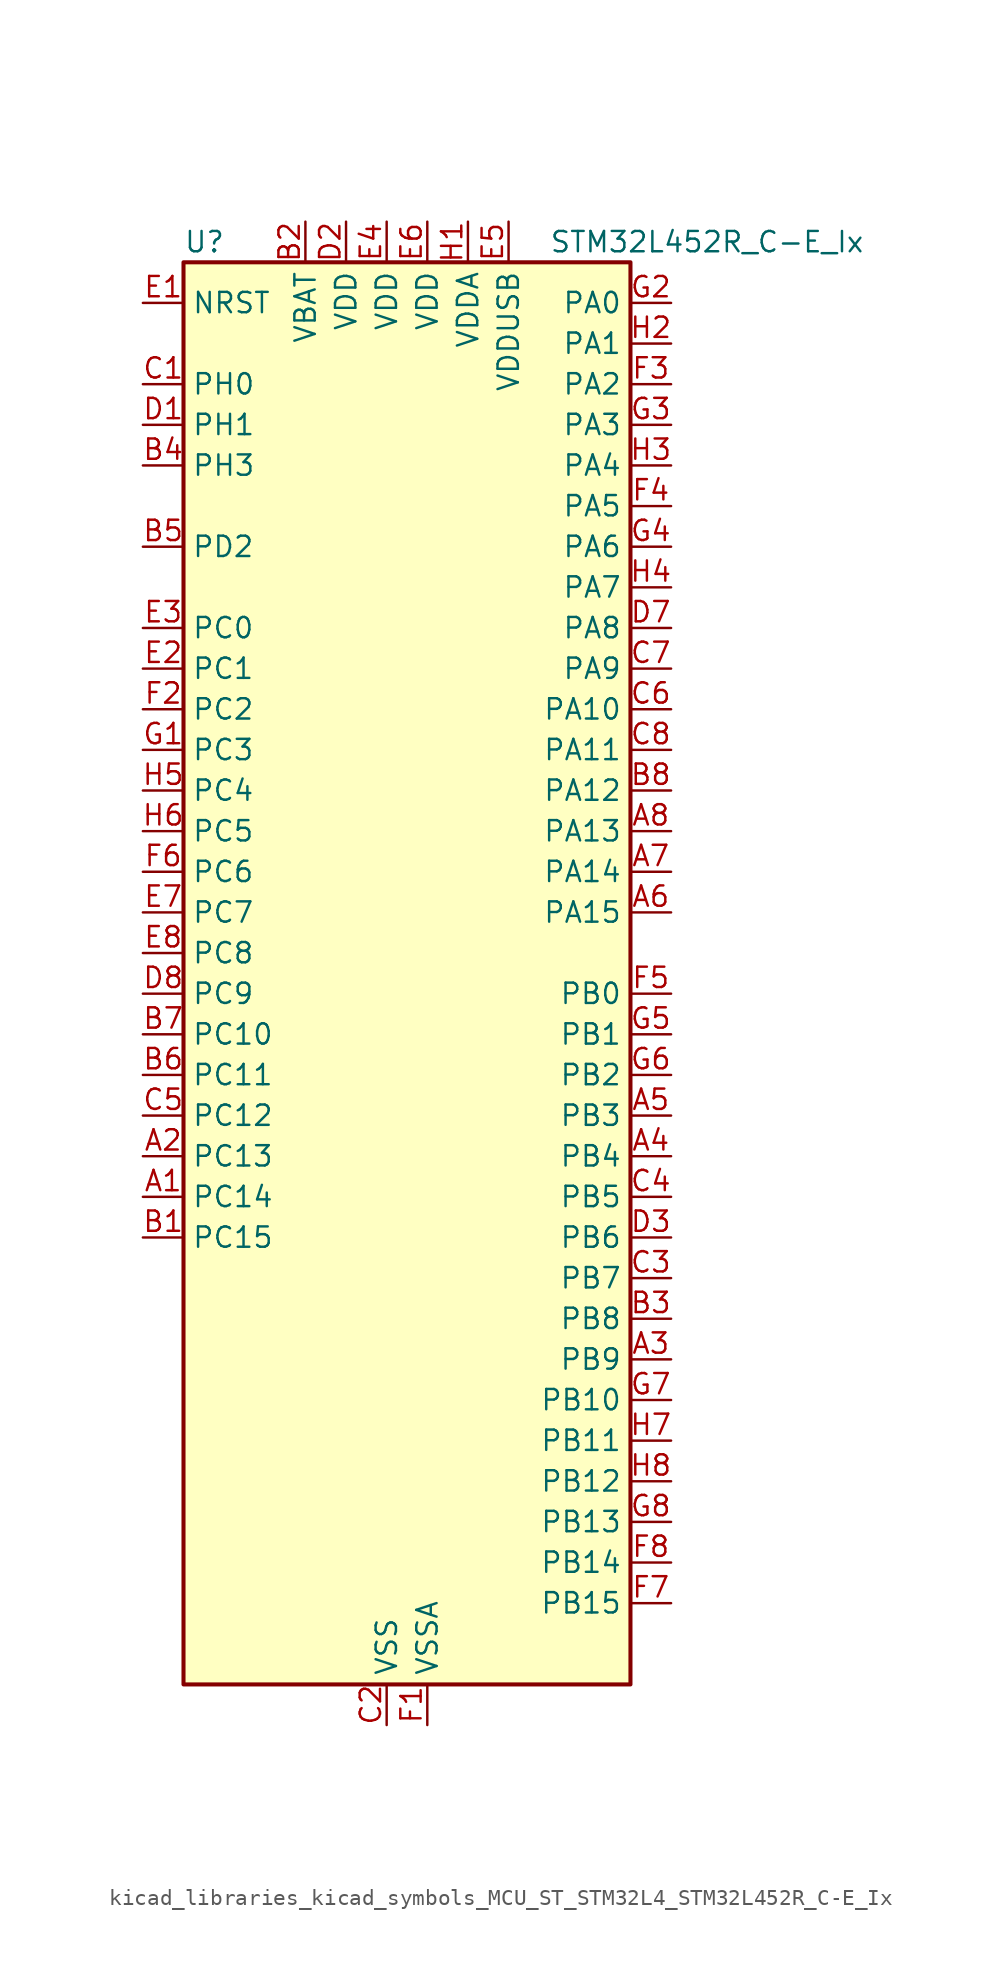
<source format=kicad_sym>
(kicad_symbol_lib
  (version 20220914)
  (generator kicad_symbol_editor)
  (symbol "kicad_libraries_kicad_symbols_MCU_ST_STM32L4_STM32L452R_C-E_Ix"
    (property "Reference" "U"
      (at -12.7 46.99 0)
      (effects (font (size 1.27 1.27)) (justify left)))
    (property "Value" "STM32L452R_C-E_Ix"
      (at 10.16 46.99 0)
      (effects (font (size 1.27 1.27)) (justify left)))
    (property "ki_locked" ""
      (at 0 0 0)
      (effects (font (size 1.27 1.27))))
    (symbol "kicad_libraries_kicad_symbols_MCU_ST_STM32L4_STM32L452R_C-E_Ix_0_1"
      (rectangle (start -12.7 -43.18) (end 15.24 45.72) (stroke (width 0.254) (type default)) (fill (type background))))
    (symbol "kicad_libraries_kicad_symbols_MCU_ST_STM32L4_STM32L452R_C-E_Ix_1_1"
      (pin bidirectional line (at -15.24 -12.7 0) (length 2.54) (name "PC14" (effects (font (size 1.27 1.27)))) (number "A1" (effects (font (size 1.27 1.27)))) (alternate "RCC_OSC32_IN" bidirectional line))
      (pin bidirectional line (at -15.24 -10.16 0) (length 2.54) (name "PC13" (effects (font (size 1.27 1.27)))) (number "A2" (effects (font (size 1.27 1.27)))) (alternate "RTC_OUT_ALARM" bidirectional line) (alternate "RTC_OUT_CALIB" bidirectional line) (alternate "RTC_TAMP1" bidirectional line) (alternate "RTC_TS" bidirectional line) (alternate "SYS_WKUP2" bidirectional line))
      (pin bidirectional line (at 17.78 -22.86 180) (length 2.54) (name "PB9" (effects (font (size 1.27 1.27)))) (number "A3" (effects (font (size 1.27 1.27)))) (alternate "CAN1_TX" bidirectional line) (alternate "DAC1_EXTI9" bidirectional line) (alternate "I2C1_SDA" bidirectional line) (alternate "IR_OUT" bidirectional line) (alternate "SAI1_FS_A" bidirectional line) (alternate "SDMMC1_D5" bidirectional line) (alternate "SPI2_NSS" bidirectional line))
      (pin bidirectional line (at 17.78 -10.16 180) (length 2.54) (name "PB4" (effects (font (size 1.27 1.27)))) (number "A4" (effects (font (size 1.27 1.27)))) (alternate "COMP2_INP" bidirectional line) (alternate "I2C3_SDA" bidirectional line) (alternate "SAI1_MCLK_B" bidirectional line) (alternate "SPI1_MISO" bidirectional line) (alternate "SPI3_MISO" bidirectional line) (alternate "SYS_JTRST" bidirectional line) (alternate "TIM3_CH1" bidirectional line) (alternate "TSC_G2_IO1" bidirectional line) (alternate "USART1_CTS" bidirectional line))
      (pin bidirectional line (at 17.78 -7.62 180) (length 2.54) (name "PB3" (effects (font (size 1.27 1.27)))) (number "A5" (effects (font (size 1.27 1.27)))) (alternate "COMP2_INM" bidirectional line) (alternate "SAI1_SCK_B" bidirectional line) (alternate "SPI1_SCK" bidirectional line) (alternate "SPI3_SCK" bidirectional line) (alternate "SYS_JTDO-SWO" bidirectional line) (alternate "TIM2_CH2" bidirectional line) (alternate "USART1_DE" bidirectional line) (alternate "USART1_RTS" bidirectional line))
      (pin bidirectional line (at 17.78 5.08 180) (length 2.54) (name "PA15" (effects (font (size 1.27 1.27)))) (number "A6" (effects (font (size 1.27 1.27)))) (alternate "ADC1_EXTI15" bidirectional line) (alternate "SPI1_NSS" bidirectional line) (alternate "SPI3_NSS" bidirectional line) (alternate "SYS_JTDI" bidirectional line) (alternate "TIM2_CH1" bidirectional line) (alternate "TIM2_ETR" bidirectional line) (alternate "TSC_G3_IO1" bidirectional line) (alternate "UART4_DE" bidirectional line) (alternate "UART4_RTS" bidirectional line) (alternate "USART2_RX" bidirectional line) (alternate "USART3_DE" bidirectional line) (alternate "USART3_RTS" bidirectional line))
      (pin bidirectional line (at 17.78 7.62 180) (length 2.54) (name "PA14" (effects (font (size 1.27 1.27)))) (number "A7" (effects (font (size 1.27 1.27)))) (alternate "I2C1_SMBA" bidirectional line) (alternate "I2C4_SMBA" bidirectional line) (alternate "LPTIM1_OUT" bidirectional line) (alternate "SAI1_FS_B" bidirectional line) (alternate "SYS_JTCK-SWCLK" bidirectional line))
      (pin bidirectional line (at 17.78 10.16 180) (length 2.54) (name "PA13" (effects (font (size 1.27 1.27)))) (number "A8" (effects (font (size 1.27 1.27)))) (alternate "IR_OUT" bidirectional line) (alternate "SAI1_SD_B" bidirectional line) (alternate "SYS_JTMS-SWDIO" bidirectional line) (alternate "USB_NOE" bidirectional line))
      (pin bidirectional line (at -15.24 -15.24 0) (length 2.54) (name "PC15" (effects (font (size 1.27 1.27)))) (number "B1" (effects (font (size 1.27 1.27)))) (alternate "ADC1_EXTI15" bidirectional line) (alternate "RCC_OSC32_OUT" bidirectional line))
      (pin power_in line (at -5.08 48.26 270) (length 2.54) (name "VBAT" (effects (font (size 1.27 1.27)))) (number "B2" (effects (font (size 1.27 1.27)))))
      (pin bidirectional line (at 17.78 -20.32 180) (length 2.54) (name "PB8" (effects (font (size 1.27 1.27)))) (number "B3" (effects (font (size 1.27 1.27)))) (alternate "CAN1_RX" bidirectional line) (alternate "I2C1_SCL" bidirectional line) (alternate "SAI1_MCLK_A" bidirectional line) (alternate "SDMMC1_D4" bidirectional line) (alternate "TIM16_CH1" bidirectional line))
      (pin bidirectional line (at -15.24 33.02 0) (length 2.54) (name "PH3" (effects (font (size 1.27 1.27)))) (number "B4" (effects (font (size 1.27 1.27)))))
      (pin bidirectional line (at -15.24 27.94 0) (length 2.54) (name "PD2" (effects (font (size 1.27 1.27)))) (number "B5" (effects (font (size 1.27 1.27)))) (alternate "SDMMC1_CMD" bidirectional line) (alternate "SYS_TRACED2" bidirectional line) (alternate "TIM3_ETR" bidirectional line) (alternate "TSC_SYNC" bidirectional line) (alternate "USART3_DE" bidirectional line) (alternate "USART3_RTS" bidirectional line))
      (pin bidirectional line (at -15.24 -5.08 0) (length 2.54) (name "PC11" (effects (font (size 1.27 1.27)))) (number "B6" (effects (font (size 1.27 1.27)))) (alternate "ADC1_EXTI11" bidirectional line) (alternate "SDMMC1_D3" bidirectional line) (alternate "SPI3_MISO" bidirectional line) (alternate "TSC_G3_IO3" bidirectional line) (alternate "UART4_RX" bidirectional line) (alternate "USART3_RX" bidirectional line))
      (pin bidirectional line (at -15.24 -2.54 0) (length 2.54) (name "PC10" (effects (font (size 1.27 1.27)))) (number "B7" (effects (font (size 1.27 1.27)))) (alternate "SDMMC1_D2" bidirectional line) (alternate "SPI3_SCK" bidirectional line) (alternate "SYS_TRACED1" bidirectional line) (alternate "TSC_G3_IO2" bidirectional line) (alternate "UART4_TX" bidirectional line) (alternate "USART3_TX" bidirectional line))
      (pin bidirectional line (at 17.78 12.7 180) (length 2.54) (name "PA12" (effects (font (size 1.27 1.27)))) (number "B8" (effects (font (size 1.27 1.27)))) (alternate "CAN1_TX" bidirectional line) (alternate "SPI1_MOSI" bidirectional line) (alternate "TIM1_ETR" bidirectional line) (alternate "USART1_DE" bidirectional line) (alternate "USART1_RTS" bidirectional line) (alternate "USB_DP" bidirectional line))
      (pin bidirectional line (at -15.24 38.1 0) (length 2.54) (name "PH0" (effects (font (size 1.27 1.27)))) (number "C1" (effects (font (size 1.27 1.27)))) (alternate "RCC_OSC_IN" bidirectional line))
      (pin power_in line (at 0 -45.72 90) (length 2.54) (name "VSS" (effects (font (size 1.27 1.27)))) (number "C2" (effects (font (size 1.27 1.27)))))
      (pin bidirectional line (at 17.78 -17.78 180) (length 2.54) (name "PB7" (effects (font (size 1.27 1.27)))) (number "C3" (effects (font (size 1.27 1.27)))) (alternate "COMP2_INM" bidirectional line) (alternate "I2C1_SDA" bidirectional line) (alternate "I2C4_SDA" bidirectional line) (alternate "LPTIM1_IN2" bidirectional line) (alternate "SYS_PVD_IN" bidirectional line) (alternate "TSC_G2_IO4" bidirectional line) (alternate "UART4_CTS" bidirectional line) (alternate "USART1_RX" bidirectional line))
      (pin bidirectional line (at 17.78 -12.7 180) (length 2.54) (name "PB5" (effects (font (size 1.27 1.27)))) (number "C4" (effects (font (size 1.27 1.27)))) (alternate "CAN1_RX" bidirectional line) (alternate "COMP2_OUT" bidirectional line) (alternate "I2C1_SMBA" bidirectional line) (alternate "LPTIM1_IN1" bidirectional line) (alternate "SAI1_SD_B" bidirectional line) (alternate "SPI1_MOSI" bidirectional line) (alternate "SPI3_MOSI" bidirectional line) (alternate "TIM16_BKIN" bidirectional line) (alternate "TIM3_CH2" bidirectional line) (alternate "TSC_G2_IO2" bidirectional line) (alternate "USART1_CK" bidirectional line))
      (pin bidirectional line (at -15.24 -7.62 0) (length 2.54) (name "PC12" (effects (font (size 1.27 1.27)))) (number "C5" (effects (font (size 1.27 1.27)))) (alternate "SDMMC1_CK" bidirectional line) (alternate "SPI3_MOSI" bidirectional line) (alternate "SYS_TRACED3" bidirectional line) (alternate "TSC_G3_IO4" bidirectional line) (alternate "USART3_CK" bidirectional line))
      (pin bidirectional line (at 17.78 17.78 180) (length 2.54) (name "PA10" (effects (font (size 1.27 1.27)))) (number "C6" (effects (font (size 1.27 1.27)))) (alternate "CRS_SYNC" bidirectional line) (alternate "I2C1_SDA" bidirectional line) (alternate "SAI1_SD_A" bidirectional line) (alternate "TIM1_CH3" bidirectional line) (alternate "USART1_RX" bidirectional line))
      (pin bidirectional line (at 17.78 20.32 180) (length 2.54) (name "PA9" (effects (font (size 1.27 1.27)))) (number "C7" (effects (font (size 1.27 1.27)))) (alternate "DAC1_EXTI9" bidirectional line) (alternate "DFSDM1_DATIN1" bidirectional line) (alternate "I2C1_SCL" bidirectional line) (alternate "SAI1_FS_A" bidirectional line) (alternate "TIM15_BKIN" bidirectional line) (alternate "TIM1_CH2" bidirectional line) (alternate "USART1_TX" bidirectional line))
      (pin bidirectional line (at 17.78 15.24 180) (length 2.54) (name "PA11" (effects (font (size 1.27 1.27)))) (number "C8" (effects (font (size 1.27 1.27)))) (alternate "ADC1_EXTI11" bidirectional line) (alternate "CAN1_RX" bidirectional line) (alternate "COMP1_OUT" bidirectional line) (alternate "SPI1_MISO" bidirectional line) (alternate "TIM1_BKIN2" bidirectional line) (alternate "TIM1_BKIN2_COMP1" bidirectional line) (alternate "TIM1_CH4" bidirectional line) (alternate "USART1_CTS" bidirectional line) (alternate "USB_DM" bidirectional line))
      (pin bidirectional line (at -15.24 35.56 0) (length 2.54) (name "PH1" (effects (font (size 1.27 1.27)))) (number "D1" (effects (font (size 1.27 1.27)))) (alternate "RCC_OSC_OUT" bidirectional line))
      (pin power_in line (at -2.54 48.26 270) (length 2.54) (name "VDD" (effects (font (size 1.27 1.27)))) (number "D2" (effects (font (size 1.27 1.27)))))
      (pin bidirectional line (at 17.78 -15.24 180) (length 2.54) (name "PB6" (effects (font (size 1.27 1.27)))) (number "D3" (effects (font (size 1.27 1.27)))) (alternate "CAN1_TX" bidirectional line) (alternate "COMP2_INP" bidirectional line) (alternate "I2C1_SCL" bidirectional line) (alternate "I2C4_SCL" bidirectional line) (alternate "LPTIM1_ETR" bidirectional line) (alternate "SAI1_FS_B" bidirectional line) (alternate "TIM16_CH1N" bidirectional line) (alternate "TSC_G2_IO3" bidirectional line) (alternate "USART1_TX" bidirectional line))
      (pin passive line (at 0 -45.72 90) (length 2.54) hide (name "VSS" (effects (font (size 1.27 1.27)))) (number "D4" (effects (font (size 1.27 1.27)))))
      (pin passive line (at 0 -45.72 90) (length 2.54) hide (name "VSS" (effects (font (size 1.27 1.27)))) (number "D5" (effects (font (size 1.27 1.27)))))
      (pin passive line (at 0 -45.72 90) (length 2.54) hide (name "VSS" (effects (font (size 1.27 1.27)))) (number "D6" (effects (font (size 1.27 1.27)))))
      (pin bidirectional line (at 17.78 22.86 180) (length 2.54) (name "PA8" (effects (font (size 1.27 1.27)))) (number "D7" (effects (font (size 1.27 1.27)))) (alternate "DFSDM1_CKIN1" bidirectional line) (alternate "LPTIM2_OUT" bidirectional line) (alternate "RCC_MCO" bidirectional line) (alternate "SAI1_SCK_A" bidirectional line) (alternate "TIM1_CH1" bidirectional line) (alternate "USART1_CK" bidirectional line))
      (pin bidirectional line (at -15.24 0 0) (length 2.54) (name "PC9" (effects (font (size 1.27 1.27)))) (number "D8" (effects (font (size 1.27 1.27)))) (alternate "DAC1_EXTI9" bidirectional line) (alternate "SDMMC1_D1" bidirectional line) (alternate "TIM3_CH4" bidirectional line) (alternate "TSC_G4_IO4" bidirectional line) (alternate "USB_NOE" bidirectional line))
      (pin input line (at -15.24 43.18 0) (length 2.54) (name "NRST" (effects (font (size 1.27 1.27)))) (number "E1" (effects (font (size 1.27 1.27)))))
      (pin bidirectional line (at -15.24 20.32 0) (length 2.54) (name "PC1" (effects (font (size 1.27 1.27)))) (number "E2" (effects (font (size 1.27 1.27)))) (alternate "ADC1_IN2" bidirectional line) (alternate "I2C3_SDA" bidirectional line) (alternate "I2C4_SDA" bidirectional line) (alternate "LPTIM1_OUT" bidirectional line) (alternate "LPUART1_TX" bidirectional line) (alternate "SYS_TRACED0" bidirectional line))
      (pin bidirectional line (at -15.24 22.86 0) (length 2.54) (name "PC0" (effects (font (size 1.27 1.27)))) (number "E3" (effects (font (size 1.27 1.27)))) (alternate "ADC1_IN1" bidirectional line) (alternate "I2C3_SCL" bidirectional line) (alternate "I2C4_SCL" bidirectional line) (alternate "LPTIM1_IN1" bidirectional line) (alternate "LPTIM2_IN1" bidirectional line) (alternate "LPUART1_RX" bidirectional line))
      (pin power_in line (at 0 48.26 270) (length 2.54) (name "VDD" (effects (font (size 1.27 1.27)))) (number "E4" (effects (font (size 1.27 1.27)))))
      (pin power_in line (at 7.62 48.26 270) (length 2.54) (name "VDDUSB" (effects (font (size 1.27 1.27)))) (number "E5" (effects (font (size 1.27 1.27)))))
      (pin power_in line (at 2.54 48.26 270) (length 2.54) (name "VDD" (effects (font (size 1.27 1.27)))) (number "E6" (effects (font (size 1.27 1.27)))))
      (pin bidirectional line (at -15.24 5.08 0) (length 2.54) (name "PC7" (effects (font (size 1.27 1.27)))) (number "E7" (effects (font (size 1.27 1.27)))) (alternate "DFSDM1_DATIN3" bidirectional line) (alternate "SDMMC1_D7" bidirectional line) (alternate "TIM3_CH2" bidirectional line) (alternate "TSC_G4_IO2" bidirectional line))
      (pin bidirectional line (at -15.24 2.54 0) (length 2.54) (name "PC8" (effects (font (size 1.27 1.27)))) (number "E8" (effects (font (size 1.27 1.27)))) (alternate "SDMMC1_D0" bidirectional line) (alternate "TIM3_CH3" bidirectional line) (alternate "TSC_G4_IO3" bidirectional line))
      (pin power_in line (at 2.54 -45.72 90) (length 2.54) (name "VSSA" (effects (font (size 1.27 1.27)))) (number "F1" (effects (font (size 1.27 1.27)))))
      (pin bidirectional line (at -15.24 17.78 0) (length 2.54) (name "PC2" (effects (font (size 1.27 1.27)))) (number "F2" (effects (font (size 1.27 1.27)))) (alternate "ADC1_IN3" bidirectional line) (alternate "DFSDM1_CKOUT" bidirectional line) (alternate "LPTIM1_IN2" bidirectional line) (alternate "SPI2_MISO" bidirectional line))
      (pin bidirectional line (at 17.78 38.1 180) (length 2.54) (name "PA2" (effects (font (size 1.27 1.27)))) (number "F3" (effects (font (size 1.27 1.27)))) (alternate "ADC1_IN7" bidirectional line) (alternate "COMP2_INM" bidirectional line) (alternate "COMP2_OUT" bidirectional line) (alternate "LPUART1_TX" bidirectional line) (alternate "QUADSPI_BK1_NCS" bidirectional line) (alternate "RCC_LSCO" bidirectional line) (alternate "SYS_WKUP4" bidirectional line) (alternate "TIM15_CH1" bidirectional line) (alternate "TIM2_CH3" bidirectional line) (alternate "USART2_TX" bidirectional line))
      (pin bidirectional line (at 17.78 30.48 180) (length 2.54) (name "PA5" (effects (font (size 1.27 1.27)))) (number "F4" (effects (font (size 1.27 1.27)))) (alternate "ADC1_IN10" bidirectional line) (alternate "COMP1_INM" bidirectional line) (alternate "COMP2_INM" bidirectional line) (alternate "DFSDM1_CKOUT" bidirectional line) (alternate "LPTIM2_ETR" bidirectional line) (alternate "SPI1_SCK" bidirectional line) (alternate "TIM2_CH1" bidirectional line) (alternate "TIM2_ETR" bidirectional line))
      (pin bidirectional line (at 17.78 0 180) (length 2.54) (name "PB0" (effects (font (size 1.27 1.27)))) (number "F5" (effects (font (size 1.27 1.27)))) (alternate "ADC1_IN15" bidirectional line) (alternate "COMP1_OUT" bidirectional line) (alternate "DFSDM1_CKIN0" bidirectional line) (alternate "QUADSPI_BK1_IO1" bidirectional line) (alternate "SAI1_EXTCLK" bidirectional line) (alternate "SPI1_NSS" bidirectional line) (alternate "TIM1_CH2N" bidirectional line) (alternate "TIM3_CH3" bidirectional line) (alternate "USART3_CK" bidirectional line))
      (pin bidirectional line (at -15.24 7.62 0) (length 2.54) (name "PC6" (effects (font (size 1.27 1.27)))) (number "F6" (effects (font (size 1.27 1.27)))) (alternate "DFSDM1_CKIN3" bidirectional line) (alternate "SDMMC1_D6" bidirectional line) (alternate "TIM3_CH1" bidirectional line) (alternate "TSC_G4_IO1" bidirectional line))
      (pin bidirectional line (at 17.78 -38.1 180) (length 2.54) (name "PB15" (effects (font (size 1.27 1.27)))) (number "F7" (effects (font (size 1.27 1.27)))) (alternate "ADC1_EXTI15" bidirectional line) (alternate "DFSDM1_CKIN2" bidirectional line) (alternate "RTC_REFIN" bidirectional line) (alternate "SAI1_SD_A" bidirectional line) (alternate "SPI2_MOSI" bidirectional line) (alternate "TIM15_CH2" bidirectional line) (alternate "TIM1_CH3N" bidirectional line) (alternate "TSC_G1_IO4" bidirectional line))
      (pin bidirectional line (at 17.78 -35.56 180) (length 2.54) (name "PB14" (effects (font (size 1.27 1.27)))) (number "F8" (effects (font (size 1.27 1.27)))) (alternate "DFSDM1_DATIN2" bidirectional line) (alternate "I2C2_SDA" bidirectional line) (alternate "SAI1_MCLK_A" bidirectional line) (alternate "SPI2_MISO" bidirectional line) (alternate "TIM15_CH1" bidirectional line) (alternate "TIM1_CH2N" bidirectional line) (alternate "TSC_G1_IO3" bidirectional line) (alternate "USART3_DE" bidirectional line) (alternate "USART3_RTS" bidirectional line))
      (pin bidirectional line (at -15.24 15.24 0) (length 2.54) (name "PC3" (effects (font (size 1.27 1.27)))) (number "G1" (effects (font (size 1.27 1.27)))) (alternate "ADC1_IN4" bidirectional line) (alternate "LPTIM1_ETR" bidirectional line) (alternate "LPTIM2_ETR" bidirectional line) (alternate "SAI1_SD_A" bidirectional line) (alternate "SPI2_MOSI" bidirectional line))
      (pin bidirectional line (at 17.78 43.18 180) (length 2.54) (name "PA0" (effects (font (size 1.27 1.27)))) (number "G2" (effects (font (size 1.27 1.27)))) (alternate "ADC1_IN5" bidirectional line) (alternate "COMP1_INM" bidirectional line) (alternate "COMP1_OUT" bidirectional line) (alternate "OPAMP1_VINP" bidirectional line) (alternate "RTC_TAMP2" bidirectional line) (alternate "SAI1_EXTCLK" bidirectional line) (alternate "SYS_WKUP1" bidirectional line) (alternate "TIM2_CH1" bidirectional line) (alternate "TIM2_ETR" bidirectional line) (alternate "UART4_TX" bidirectional line) (alternate "USART2_CTS" bidirectional line))
      (pin bidirectional line (at 17.78 35.56 180) (length 2.54) (name "PA3" (effects (font (size 1.27 1.27)))) (number "G3" (effects (font (size 1.27 1.27)))) (alternate "ADC1_IN8" bidirectional line) (alternate "COMP2_INP" bidirectional line) (alternate "LPUART1_RX" bidirectional line) (alternate "OPAMP1_VOUT" bidirectional line) (alternate "QUADSPI_CLK" bidirectional line) (alternate "SAI1_MCLK_A" bidirectional line) (alternate "TIM15_CH2" bidirectional line) (alternate "TIM2_CH4" bidirectional line) (alternate "USART2_RX" bidirectional line))
      (pin bidirectional line (at 17.78 27.94 180) (length 2.54) (name "PA6" (effects (font (size 1.27 1.27)))) (number "G4" (effects (font (size 1.27 1.27)))) (alternate "ADC1_IN11" bidirectional line) (alternate "COMP1_OUT" bidirectional line) (alternate "LPUART1_CTS" bidirectional line) (alternate "QUADSPI_BK1_IO3" bidirectional line) (alternate "SPI1_MISO" bidirectional line) (alternate "TIM16_CH1" bidirectional line) (alternate "TIM1_BKIN" bidirectional line) (alternate "TIM1_BKIN_COMP2" bidirectional line) (alternate "TIM3_CH1" bidirectional line) (alternate "USART3_CTS" bidirectional line))
      (pin bidirectional line (at 17.78 -2.54 180) (length 2.54) (name "PB1" (effects (font (size 1.27 1.27)))) (number "G5" (effects (font (size 1.27 1.27)))) (alternate "ADC1_IN16" bidirectional line) (alternate "COMP1_INM" bidirectional line) (alternate "DFSDM1_DATIN0" bidirectional line) (alternate "LPTIM2_IN1" bidirectional line) (alternate "LPUART1_DE" bidirectional line) (alternate "LPUART1_RTS" bidirectional line) (alternate "QUADSPI_BK1_IO0" bidirectional line) (alternate "TIM1_CH3N" bidirectional line) (alternate "TIM3_CH4" bidirectional line) (alternate "USART3_DE" bidirectional line) (alternate "USART3_RTS" bidirectional line))
      (pin bidirectional line (at 17.78 -5.08 180) (length 2.54) (name "PB2" (effects (font (size 1.27 1.27)))) (number "G6" (effects (font (size 1.27 1.27)))) (alternate "COMP1_INP" bidirectional line) (alternate "DFSDM1_CKIN0" bidirectional line) (alternate "I2C3_SMBA" bidirectional line) (alternate "LPTIM1_OUT" bidirectional line) (alternate "RTC_OUT_ALARM" bidirectional line) (alternate "RTC_OUT_CALIB" bidirectional line))
      (pin bidirectional line (at 17.78 -25.4 180) (length 2.54) (name "PB10" (effects (font (size 1.27 1.27)))) (number "G7" (effects (font (size 1.27 1.27)))) (alternate "COMP1_OUT" bidirectional line) (alternate "I2C2_SCL" bidirectional line) (alternate "I2C4_SCL" bidirectional line) (alternate "LPUART1_RX" bidirectional line) (alternate "QUADSPI_CLK" bidirectional line) (alternate "SAI1_SCK_A" bidirectional line) (alternate "SPI2_SCK" bidirectional line) (alternate "TIM2_CH3" bidirectional line) (alternate "TSC_SYNC" bidirectional line) (alternate "USART3_TX" bidirectional line))
      (pin bidirectional line (at 17.78 -33.02 180) (length 2.54) (name "PB13" (effects (font (size 1.27 1.27)))) (number "G8" (effects (font (size 1.27 1.27)))) (alternate "CAN1_TX" bidirectional line) (alternate "DFSDM1_CKIN1" bidirectional line) (alternate "I2C2_SCL" bidirectional line) (alternate "LPUART1_CTS" bidirectional line) (alternate "SAI1_SCK_A" bidirectional line) (alternate "SPI2_SCK" bidirectional line) (alternate "TIM15_CH1N" bidirectional line) (alternate "TIM1_CH1N" bidirectional line) (alternate "TSC_G1_IO2" bidirectional line) (alternate "USART3_CTS" bidirectional line))
      (pin power_in line (at 5.08 48.26 270) (length 2.54) (name "VDDA" (effects (font (size 1.27 1.27)))) (number "H1" (effects (font (size 1.27 1.27)))))
      (pin bidirectional line (at 17.78 40.64 180) (length 2.54) (name "PA1" (effects (font (size 1.27 1.27)))) (number "H2" (effects (font (size 1.27 1.27)))) (alternate "ADC1_IN6" bidirectional line) (alternate "COMP1_INP" bidirectional line) (alternate "I2C1_SMBA" bidirectional line) (alternate "OPAMP1_VINM" bidirectional line) (alternate "SPI1_SCK" bidirectional line) (alternate "TIM15_CH1N" bidirectional line) (alternate "TIM2_CH2" bidirectional line) (alternate "UART4_RX" bidirectional line) (alternate "USART2_DE" bidirectional line) (alternate "USART2_RTS" bidirectional line))
      (pin bidirectional line (at 17.78 33.02 180) (length 2.54) (name "PA4" (effects (font (size 1.27 1.27)))) (number "H3" (effects (font (size 1.27 1.27)))) (alternate "ADC1_IN9" bidirectional line) (alternate "COMP1_INM" bidirectional line) (alternate "COMP2_INM" bidirectional line) (alternate "DAC1_OUT1" bidirectional line) (alternate "LPTIM2_OUT" bidirectional line) (alternate "SAI1_FS_B" bidirectional line) (alternate "SPI1_NSS" bidirectional line) (alternate "SPI3_NSS" bidirectional line) (alternate "USART2_CK" bidirectional line))
      (pin bidirectional line (at 17.78 25.4 180) (length 2.54) (name "PA7" (effects (font (size 1.27 1.27)))) (number "H4" (effects (font (size 1.27 1.27)))) (alternate "ADC1_IN12" bidirectional line) (alternate "COMP2_OUT" bidirectional line) (alternate "DFSDM1_DATIN0" bidirectional line) (alternate "I2C3_SCL" bidirectional line) (alternate "QUADSPI_BK1_IO2" bidirectional line) (alternate "SPI1_MOSI" bidirectional line) (alternate "TIM1_CH1N" bidirectional line) (alternate "TIM3_CH2" bidirectional line))
      (pin bidirectional line (at -15.24 12.7 0) (length 2.54) (name "PC4" (effects (font (size 1.27 1.27)))) (number "H5" (effects (font (size 1.27 1.27)))) (alternate "ADC1_IN13" bidirectional line) (alternate "COMP1_INM" bidirectional line) (alternate "USART3_TX" bidirectional line))
      (pin bidirectional line (at -15.24 10.16 0) (length 2.54) (name "PC5" (effects (font (size 1.27 1.27)))) (number "H6" (effects (font (size 1.27 1.27)))) (alternate "ADC1_IN14" bidirectional line) (alternate "COMP1_INP" bidirectional line) (alternate "SYS_WKUP5" bidirectional line) (alternate "USART3_RX" bidirectional line))
      (pin bidirectional line (at 17.78 -27.94 180) (length 2.54) (name "PB11" (effects (font (size 1.27 1.27)))) (number "H7" (effects (font (size 1.27 1.27)))) (alternate "ADC1_EXTI11" bidirectional line) (alternate "COMP2_OUT" bidirectional line) (alternate "I2C2_SDA" bidirectional line) (alternate "I2C4_SDA" bidirectional line) (alternate "LPUART1_TX" bidirectional line) (alternate "QUADSPI_BK1_NCS" bidirectional line) (alternate "TIM2_CH4" bidirectional line) (alternate "USART3_RX" bidirectional line))
      (pin bidirectional line (at 17.78 -30.48 180) (length 2.54) (name "PB12" (effects (font (size 1.27 1.27)))) (number "H8" (effects (font (size 1.27 1.27)))) (alternate "CAN1_RX" bidirectional line) (alternate "DFSDM1_DATIN1" bidirectional line) (alternate "I2C2_SMBA" bidirectional line) (alternate "LPUART1_DE" bidirectional line) (alternate "LPUART1_RTS" bidirectional line) (alternate "SAI1_FS_A" bidirectional line) (alternate "SPI2_NSS" bidirectional line) (alternate "TIM15_BKIN" bidirectional line) (alternate "TIM1_BKIN" bidirectional line) (alternate "TIM1_BKIN_COMP2" bidirectional line) (alternate "TSC_G1_IO1" bidirectional line) (alternate "USART3_CK" bidirectional line)))))
</source>
